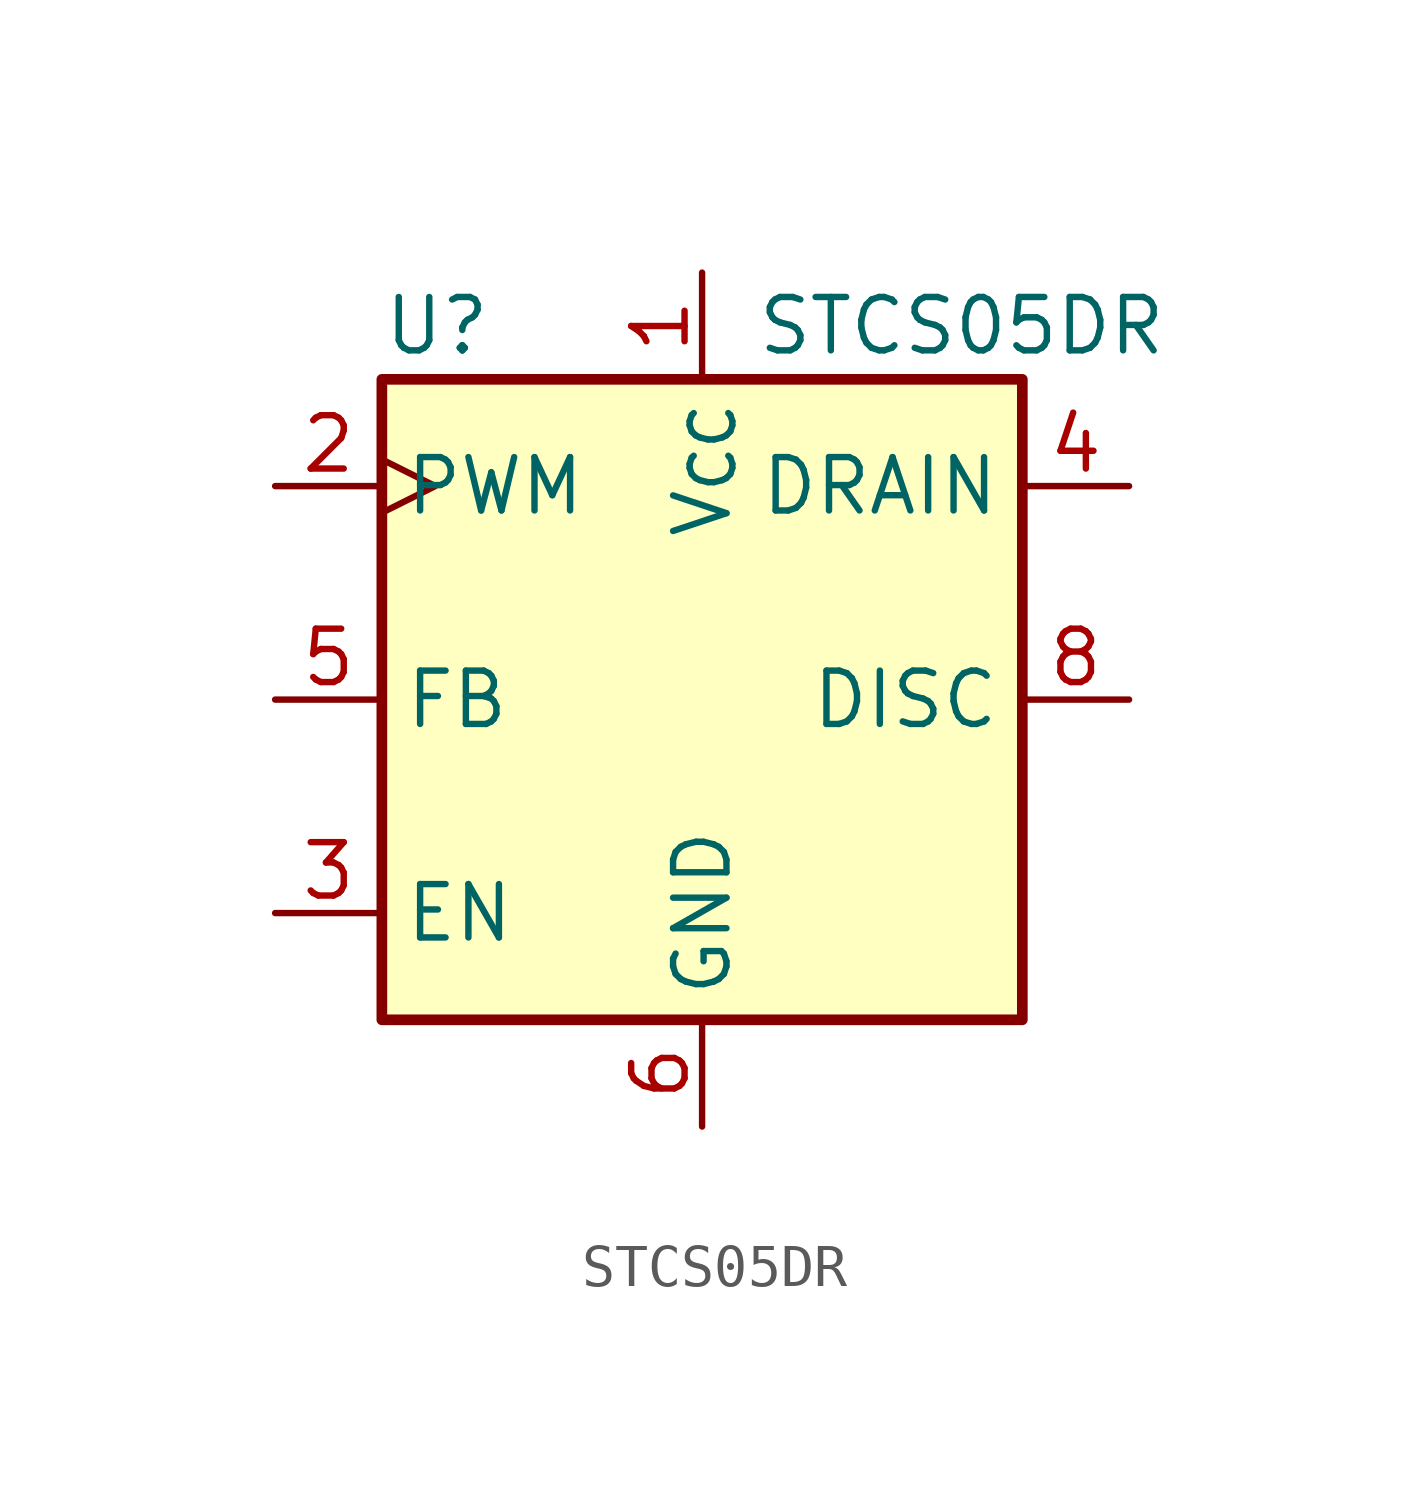
<source format=kicad_sym>
(kicad_symbol_lib
  (version 20220914)
  (generator kicad_symbol_editor)
  (symbol "STCS05DR"
    (property "Reference" "U"
      (at -7.62 6.35 0)
      (effects (font (size 1.27 1.27)) (justify left)))
    (property "Value" "STCS05DR"
      (at 1.27 6.35 0)
      (effects (font (size 1.27 1.27)) (justify left)))
    (symbol "STCS05DR_0_1"
      (rectangle (start -7.62 5.08) (end 7.62 -10.16) (stroke (width 0.254) (type default)) (fill (type background))))
    (symbol "STCS05DR_1_1"
      (pin power_in line (at 0 7.62 270) (length 2.54) (name "V_{CC}" (effects (font (size 1.27 1.27)))) (number "1" (effects (font (size 1.27 1.27)))))
      (pin input clock (at -10.16 2.54 0) (length 2.54) (name "PWM" (effects (font (size 1.27 1.27)))) (number "2" (effects (font (size 1.27 1.27)))))
      (pin input line (at -10.16 -7.62 0) (length 2.54) (name "EN" (effects (font (size 1.27 1.27)))) (number "3" (effects (font (size 1.27 1.27)))))
      (pin output line (at 10.16 2.54 180) (length 2.54) (name "DRAIN" (effects (font (size 1.27 1.27)))) (number "4" (effects (font (size 1.27 1.27)))))
      (pin input line (at -10.16 -2.54 0) (length 2.54) (name "FB" (effects (font (size 1.27 1.27)))) (number "5" (effects (font (size 1.27 1.27)))))
      (pin power_in line (at 0 -12.7 90) (length 2.54) (name "GND" (effects (font (size 1.27 1.27)))) (number "6" (effects (font (size 1.27 1.27)))))
      (pin no_connect line (at 10.16 -7.62 180) (length 2.54) hide (name "NC" (effects (font (size 1.27 1.27)))) (number "7" (effects (font (size 1.27 1.27)))))
      (pin output line (at 10.16 -2.54 180) (length 2.54) (name "DISC" (effects (font (size 1.27 1.27)))) (number "8" (effects (font (size 1.27 1.27))))))))
</source>
